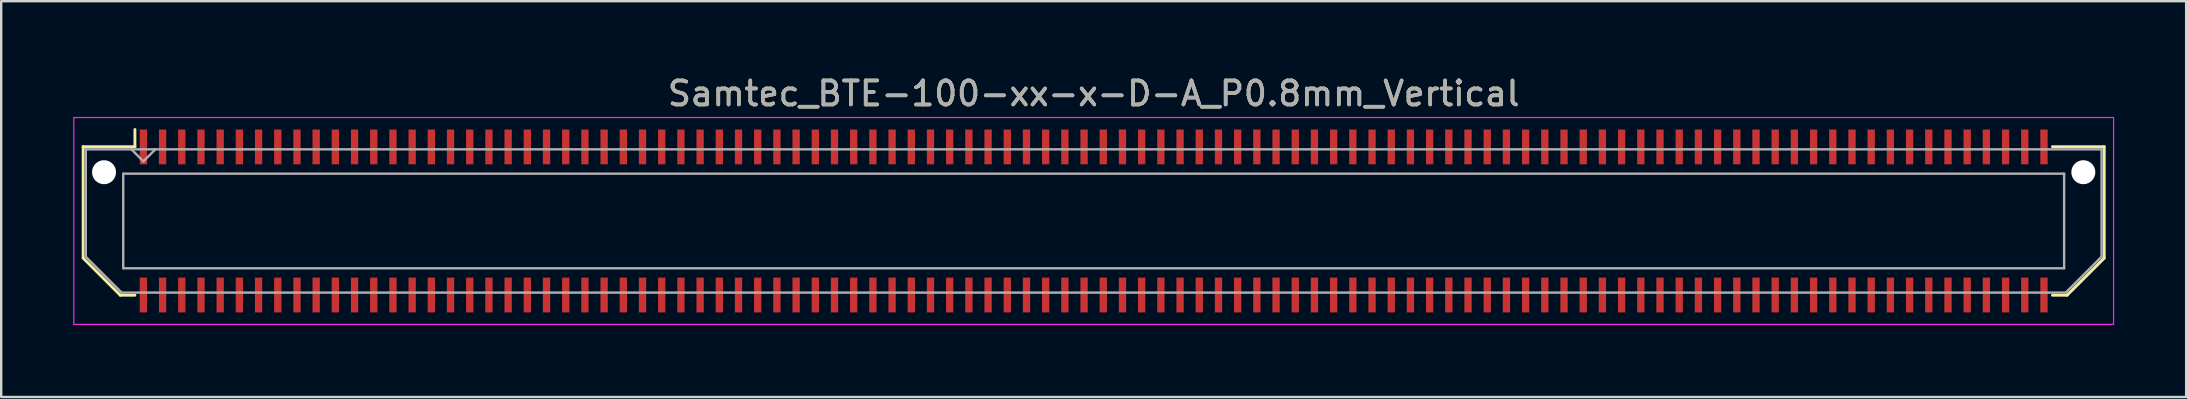
<source format=kicad_pcb>
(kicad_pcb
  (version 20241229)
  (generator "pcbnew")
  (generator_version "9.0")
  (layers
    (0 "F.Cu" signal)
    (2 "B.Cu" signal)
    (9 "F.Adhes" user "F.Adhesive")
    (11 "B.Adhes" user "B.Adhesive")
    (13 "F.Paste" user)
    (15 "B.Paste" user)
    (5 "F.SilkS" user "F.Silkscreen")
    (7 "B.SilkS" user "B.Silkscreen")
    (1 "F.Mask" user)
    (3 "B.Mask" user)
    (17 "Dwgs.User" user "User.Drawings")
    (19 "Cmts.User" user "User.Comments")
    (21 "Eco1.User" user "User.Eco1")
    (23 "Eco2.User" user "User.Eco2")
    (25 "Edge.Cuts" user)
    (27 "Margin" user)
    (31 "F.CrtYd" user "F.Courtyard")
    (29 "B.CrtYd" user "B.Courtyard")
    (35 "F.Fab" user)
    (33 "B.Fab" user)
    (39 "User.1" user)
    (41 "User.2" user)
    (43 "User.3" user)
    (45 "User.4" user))
  (footprint "Samtec_BTE-100-xx-x-D-A_P0.8mm_Vertical"
    (layer "F.Cu")
    (at 42.525 6.158)
    (property "Reference" "Samtec_BTE-100-xx-x-D-A_P0.8mm_Vertical" (at 0 -5.31 0) (layer "F.SilkS") (effects (font (size 1 1) (thickness 0.15))))
    (attr smd)
    (fp_line (start -42.11 -3.095) (end -42.11 1.548) (stroke (width 0.12) (type solid)) (layer "F.SilkS"))
    (fp_line (start -42.11 1.548) (end -40.562 3.095) (stroke (width 0.12) (type solid)) (layer "F.SilkS"))
    (fp_line (start -40.562 3.095) (end -39.953 3.095) (stroke (width 0.12) (type solid)) (layer "F.SilkS"))
    (fp_line (start -39.953 -3.811) (end -39.953 -3.095) (stroke (width 0.12) (type solid)) (layer "F.SilkS"))
    (fp_line (start -39.953 -3.095) (end -42.11 -3.095) (stroke (width 0.12) (type solid)) (layer "F.SilkS"))
    (fp_line (start 39.953 -3.095) (end 42.11 -3.095) (stroke (width 0.12) (type solid)) (layer "F.SilkS"))
    (fp_line (start 40.562 3.095) (end 39.953 3.095) (stroke (width 0.12) (type solid)) (layer "F.SilkS"))
    (fp_line (start 42.11 -3.095) (end 42.11 1.548) (stroke (width 0.12) (type solid)) (layer "F.SilkS"))
    (fp_line (start 42.11 1.548) (end 40.562 3.095) (stroke (width 0.12) (type solid)) (layer "F.SilkS"))
    (fp_line (start -42.5 -4.31) (end -42.5 4.31) (stroke (width 0.05) (type solid)) (layer "F.CrtYd"))
    (fp_line (start -42.5 4.31) (end 42.5 4.31) (stroke (width 0.05) (type solid)) (layer "F.CrtYd"))
    (fp_line (start 42.5 -4.31) (end -42.5 -4.31) (stroke (width 0.05) (type solid)) (layer "F.CrtYd"))
    (fp_line (start 42.5 4.31) (end 42.5 -4.31) (stroke (width 0.05) (type solid)) (layer "F.CrtYd"))
    (fp_line (start -42 -2.985) (end -42 1.492) (stroke (width 0.1) (type solid)) (layer "F.Fab"))
    (fp_line (start -42 -2.985) (end 42 -2.985) (stroke (width 0.1) (type solid)) (layer "F.Fab"))
    (fp_line (start -42 1.492) (end -40.508 2.985) (stroke (width 0.1) (type solid)) (layer "F.Fab"))
    (fp_line (start -40.508 2.985) (end 40.508 2.985) (stroke (width 0.1) (type solid)) (layer "F.Fab"))
    (fp_line (start -40.44 -1.97) (end -40.44 1.97) (stroke (width 0.1) (type solid)) (layer "F.Fab"))
    (fp_line (start -40.44 1.97) (end 40.44 1.97) (stroke (width 0.1) (type solid)) (layer "F.Fab"))
    (fp_line (start -39.6 -2.485) (end -40.1 -2.985) (stroke (width 0.1) (type solid)) (layer "F.Fab"))
    (fp_line (start -39.1 -2.985) (end -39.6 -2.485) (stroke (width 0.1) (type solid)) (layer "F.Fab"))
    (fp_line (start 40.44 -1.97) (end -40.44 -1.97) (stroke (width 0.1) (type solid)) (layer "F.Fab"))
    (fp_line (start 40.44 1.97) (end 40.44 -1.97) (stroke (width 0.1) (type solid)) (layer "F.Fab"))
    (fp_line (start 42 -2.985) (end 42 1.492) (stroke (width 0.1) (type solid)) (layer "F.Fab"))
    (fp_line (start 42 1.492) (end 40.508 2.985) (stroke (width 0.1) (type solid)) (layer "F.Fab"))
    (fp_text user "${REFERENCE}" (at 0 -5.31 0) (layer "F.Fab") (effects (font (size 1 1) (thickness 0.15))))
    (pad "" np_thru_hole circle (at -41.24 -2.032) (size 1 1) (drill 1) (layers "*.Cu" "*.Mask"))
    (pad "" np_thru_hole circle (at 41.24 -2.032) (size 1 1) (drill 1) (layers "*.Cu" "*.Mask"))
    (pad "1" smd rect (at -39.6 -3.086) (size 0.305 1.45) (layers "F.Cu" "F.Mask" "F.Paste"))
    (pad "2" smd rect (at -39.6 3.086) (size 0.305 1.45) (layers "F.Cu" "F.Mask" "F.Paste"))
    (pad "3" smd rect (at -38.8 -3.086) (size 0.305 1.45) (layers "F.Cu" "F.Mask" "F.Paste"))
    (pad "4" smd rect (at -38.8 3.086) (size 0.305 1.45) (layers "F.Cu" "F.Mask" "F.Paste"))
    (pad "5" smd rect (at -38 -3.086) (size 0.305 1.45) (layers "F.Cu" "F.Mask" "F.Paste"))
    (pad "6" smd rect (at -38 3.086) (size 0.305 1.45) (layers "F.Cu" "F.Mask" "F.Paste"))
    (pad "7" smd rect (at -37.2 -3.086) (size 0.305 1.45) (layers "F.Cu" "F.Mask" "F.Paste"))
    (pad "8" smd rect (at -37.2 3.086) (size 0.305 1.45) (layers "F.Cu" "F.Mask" "F.Paste"))
    (pad "9" smd rect (at -36.4 -3.086) (size 0.305 1.45) (layers "F.Cu" "F.Mask" "F.Paste"))
    (pad "10" smd rect (at -36.4 3.086) (size 0.305 1.45) (layers "F.Cu" "F.Mask" "F.Paste"))
    (pad "11" smd rect (at -35.6 -3.086) (size 0.305 1.45) (layers "F.Cu" "F.Mask" "F.Paste"))
    (pad "12" smd rect (at -35.6 3.086) (size 0.305 1.45) (layers "F.Cu" "F.Mask" "F.Paste"))
    (pad "13" smd rect (at -34.8 -3.086) (size 0.305 1.45) (layers "F.Cu" "F.Mask" "F.Paste"))
    (pad "14" smd rect (at -34.8 3.086) (size 0.305 1.45) (layers "F.Cu" "F.Mask" "F.Paste"))
    (pad "15" smd rect (at -34 -3.086) (size 0.305 1.45) (layers "F.Cu" "F.Mask" "F.Paste"))
    (pad "16" smd rect (at -34 3.086) (size 0.305 1.45) (layers "F.Cu" "F.Mask" "F.Paste"))
    (pad "17" smd rect (at -33.2 -3.086) (size 0.305 1.45) (layers "F.Cu" "F.Mask" "F.Paste"))
    (pad "18" smd rect (at -33.2 3.086) (size 0.305 1.45) (layers "F.Cu" "F.Mask" "F.Paste"))
    (pad "19" smd rect (at -32.4 -3.086) (size 0.305 1.45) (layers "F.Cu" "F.Mask" "F.Paste"))
    (pad "20" smd rect (at -32.4 3.086) (size 0.305 1.45) (layers "F.Cu" "F.Mask" "F.Paste"))
    (pad "21" smd rect (at -31.6 -3.086) (size 0.305 1.45) (layers "F.Cu" "F.Mask" "F.Paste"))
    (pad "22" smd rect (at -31.6 3.086) (size 0.305 1.45) (layers "F.Cu" "F.Mask" "F.Paste"))
    (pad "23" smd rect (at -30.8 -3.086) (size 0.305 1.45) (layers "F.Cu" "F.Mask" "F.Paste"))
    (pad "24" smd rect (at -30.8 3.086) (size 0.305 1.45) (layers "F.Cu" "F.Mask" "F.Paste"))
    (pad "25" smd rect (at -30 -3.086) (size 0.305 1.45) (layers "F.Cu" "F.Mask" "F.Paste"))
    (pad "26" smd rect (at -30 3.086) (size 0.305 1.45) (layers "F.Cu" "F.Mask" "F.Paste"))
    (pad "27" smd rect (at -29.2 -3.086) (size 0.305 1.45) (layers "F.Cu" "F.Mask" "F.Paste"))
    (pad "28" smd rect (at -29.2 3.086) (size 0.305 1.45) (layers "F.Cu" "F.Mask" "F.Paste"))
    (pad "29" smd rect (at -28.4 -3.086) (size 0.305 1.45) (layers "F.Cu" "F.Mask" "F.Paste"))
    (pad "30" smd rect (at -28.4 3.086) (size 0.305 1.45) (layers "F.Cu" "F.Mask" "F.Paste"))
    (pad "31" smd rect (at -27.6 -3.086) (size 0.305 1.45) (layers "F.Cu" "F.Mask" "F.Paste"))
    (pad "32" smd rect (at -27.6 3.086) (size 0.305 1.45) (layers "F.Cu" "F.Mask" "F.Paste"))
    (pad "33" smd rect (at -26.8 -3.086) (size 0.305 1.45) (layers "F.Cu" "F.Mask" "F.Paste"))
    (pad "34" smd rect (at -26.8 3.086) (size 0.305 1.45) (layers "F.Cu" "F.Mask" "F.Paste"))
    (pad "35" smd rect (at -26 -3.086) (size 0.305 1.45) (layers "F.Cu" "F.Mask" "F.Paste"))
    (pad "36" smd rect (at -26 3.086) (size 0.305 1.45) (layers "F.Cu" "F.Mask" "F.Paste"))
    (pad "37" smd rect (at -25.2 -3.086) (size 0.305 1.45) (layers "F.Cu" "F.Mask" "F.Paste"))
    (pad "38" smd rect (at -25.2 3.086) (size 0.305 1.45) (layers "F.Cu" "F.Mask" "F.Paste"))
    (pad "39" smd rect (at -24.4 -3.086) (size 0.305 1.45) (layers "F.Cu" "F.Mask" "F.Paste"))
    (pad "40" smd rect (at -24.4 3.086) (size 0.305 1.45) (layers "F.Cu" "F.Mask" "F.Paste"))
    (pad "41" smd rect (at -23.6 -3.086) (size 0.305 1.45) (layers "F.Cu" "F.Mask" "F.Paste"))
    (pad "42" smd rect (at -23.6 3.086) (size 0.305 1.45) (layers "F.Cu" "F.Mask" "F.Paste"))
    (pad "43" smd rect (at -22.8 -3.086) (size 0.305 1.45) (layers "F.Cu" "F.Mask" "F.Paste"))
    (pad "44" smd rect (at -22.8 3.086) (size 0.305 1.45) (layers "F.Cu" "F.Mask" "F.Paste"))
    (pad "45" smd rect (at -22 -3.086) (size 0.305 1.45) (layers "F.Cu" "F.Mask" "F.Paste"))
    (pad "46" smd rect (at -22 3.086) (size 0.305 1.45) (layers "F.Cu" "F.Mask" "F.Paste"))
    (pad "47" smd rect (at -21.2 -3.086) (size 0.305 1.45) (layers "F.Cu" "F.Mask" "F.Paste"))
    (pad "48" smd rect (at -21.2 3.086) (size 0.305 1.45) (layers "F.Cu" "F.Mask" "F.Paste"))
    (pad "49" smd rect (at -20.4 -3.086) (size 0.305 1.45) (layers "F.Cu" "F.Mask" "F.Paste"))
    (pad "50" smd rect (at -20.4 3.086) (size 0.305 1.45) (layers "F.Cu" "F.Mask" "F.Paste"))
    (pad "51" smd rect (at -19.6 -3.086) (size 0.305 1.45) (layers "F.Cu" "F.Mask" "F.Paste"))
    (pad "52" smd rect (at -19.6 3.086) (size 0.305 1.45) (layers "F.Cu" "F.Mask" "F.Paste"))
    (pad "53" smd rect (at -18.8 -3.086) (size 0.305 1.45) (layers "F.Cu" "F.Mask" "F.Paste"))
    (pad "54" smd rect (at -18.8 3.086) (size 0.305 1.45) (layers "F.Cu" "F.Mask" "F.Paste"))
    (pad "55" smd rect (at -18 -3.086) (size 0.305 1.45) (layers "F.Cu" "F.Mask" "F.Paste"))
    (pad "56" smd rect (at -18 3.086) (size 0.305 1.45) (layers "F.Cu" "F.Mask" "F.Paste"))
    (pad "57" smd rect (at -17.2 -3.086) (size 0.305 1.45) (layers "F.Cu" "F.Mask" "F.Paste"))
    (pad "58" smd rect (at -17.2 3.086) (size 0.305 1.45) (layers "F.Cu" "F.Mask" "F.Paste"))
    (pad "59" smd rect (at -16.4 -3.086) (size 0.305 1.45) (layers "F.Cu" "F.Mask" "F.Paste"))
    (pad "60" smd rect (at -16.4 3.086) (size 0.305 1.45) (layers "F.Cu" "F.Mask" "F.Paste"))
    (pad "61" smd rect (at -15.6 -3.086) (size 0.305 1.45) (layers "F.Cu" "F.Mask" "F.Paste"))
    (pad "62" smd rect (at -15.6 3.086) (size 0.305 1.45) (layers "F.Cu" "F.Mask" "F.Paste"))
    (pad "63" smd rect (at -14.8 -3.086) (size 0.305 1.45) (layers "F.Cu" "F.Mask" "F.Paste"))
    (pad "64" smd rect (at -14.8 3.086) (size 0.305 1.45) (layers "F.Cu" "F.Mask" "F.Paste"))
    (pad "65" smd rect (at -14 -3.086) (size 0.305 1.45) (layers "F.Cu" "F.Mask" "F.Paste"))
    (pad "66" smd rect (at -14 3.086) (size 0.305 1.45) (layers "F.Cu" "F.Mask" "F.Paste"))
    (pad "67" smd rect (at -13.2 -3.086) (size 0.305 1.45) (layers "F.Cu" "F.Mask" "F.Paste"))
    (pad "68" smd rect (at -13.2 3.086) (size 0.305 1.45) (layers "F.Cu" "F.Mask" "F.Paste"))
    (pad "69" smd rect (at -12.4 -3.086) (size 0.305 1.45) (layers "F.Cu" "F.Mask" "F.Paste"))
    (pad "70" smd rect (at -12.4 3.086) (size 0.305 1.45) (layers "F.Cu" "F.Mask" "F.Paste"))
    (pad "71" smd rect (at -11.6 -3.086) (size 0.305 1.45) (layers "F.Cu" "F.Mask" "F.Paste"))
    (pad "72" smd rect (at -11.6 3.086) (size 0.305 1.45) (layers "F.Cu" "F.Mask" "F.Paste"))
    (pad "73" smd rect (at -10.8 -3.086) (size 0.305 1.45) (layers "F.Cu" "F.Mask" "F.Paste"))
    (pad "74" smd rect (at -10.8 3.086) (size 0.305 1.45) (layers "F.Cu" "F.Mask" "F.Paste"))
    (pad "75" smd rect (at -10 -3.086) (size 0.305 1.45) (layers "F.Cu" "F.Mask" "F.Paste"))
    (pad "76" smd rect (at -10 3.086) (size 0.305 1.45) (layers "F.Cu" "F.Mask" "F.Paste"))
    (pad "77" smd rect (at -9.2 -3.086) (size 0.305 1.45) (layers "F.Cu" "F.Mask" "F.Paste"))
    (pad "78" smd rect (at -9.2 3.086) (size 0.305 1.45) (layers "F.Cu" "F.Mask" "F.Paste"))
    (pad "79" smd rect (at -8.4 -3.086) (size 0.305 1.45) (layers "F.Cu" "F.Mask" "F.Paste"))
    (pad "80" smd rect (at -8.4 3.086) (size 0.305 1.45) (layers "F.Cu" "F.Mask" "F.Paste"))
    (pad "81" smd rect (at -7.6 -3.086) (size 0.305 1.45) (layers "F.Cu" "F.Mask" "F.Paste"))
    (pad "82" smd rect (at -7.6 3.086) (size 0.305 1.45) (layers "F.Cu" "F.Mask" "F.Paste"))
    (pad "83" smd rect (at -6.8 -3.086) (size 0.305 1.45) (layers "F.Cu" "F.Mask" "F.Paste"))
    (pad "84" smd rect (at -6.8 3.086) (size 0.305 1.45) (layers "F.Cu" "F.Mask" "F.Paste"))
    (pad "85" smd rect (at -6 -3.086) (size 0.305 1.45) (layers "F.Cu" "F.Mask" "F.Paste"))
    (pad "86" smd rect (at -6 3.086) (size 0.305 1.45) (layers "F.Cu" "F.Mask" "F.Paste"))
    (pad "87" smd rect (at -5.2 -3.086) (size 0.305 1.45) (layers "F.Cu" "F.Mask" "F.Paste"))
    (pad "88" smd rect (at -5.2 3.086) (size 0.305 1.45) (layers "F.Cu" "F.Mask" "F.Paste"))
    (pad "89" smd rect (at -4.4 -3.086) (size 0.305 1.45) (layers "F.Cu" "F.Mask" "F.Paste"))
    (pad "90" smd rect (at -4.4 3.086) (size 0.305 1.45) (layers "F.Cu" "F.Mask" "F.Paste"))
    (pad "91" smd rect (at -3.6 -3.086) (size 0.305 1.45) (layers "F.Cu" "F.Mask" "F.Paste"))
    (pad "92" smd rect (at -3.6 3.086) (size 0.305 1.45) (layers "F.Cu" "F.Mask" "F.Paste"))
    (pad "93" smd rect (at -2.8 -3.086) (size 0.305 1.45) (layers "F.Cu" "F.Mask" "F.Paste"))
    (pad "94" smd rect (at -2.8 3.086) (size 0.305 1.45) (layers "F.Cu" "F.Mask" "F.Paste"))
    (pad "95" smd rect (at -2 -3.086) (size 0.305 1.45) (layers "F.Cu" "F.Mask" "F.Paste"))
    (pad "96" smd rect (at -2 3.086) (size 0.305 1.45) (layers "F.Cu" "F.Mask" "F.Paste"))
    (pad "97" smd rect (at -1.2 -3.086) (size 0.305 1.45) (layers "F.Cu" "F.Mask" "F.Paste"))
    (pad "98" smd rect (at -1.2 3.086) (size 0.305 1.45) (layers "F.Cu" "F.Mask" "F.Paste"))
    (pad "99" smd rect (at -0.4 -3.086) (size 0.305 1.45) (layers "F.Cu" "F.Mask" "F.Paste"))
    (pad "100" smd rect (at -0.4 3.086) (size 0.305 1.45) (layers "F.Cu" "F.Mask" "F.Paste"))
    (pad "101" smd rect (at 0.4 -3.086) (size 0.305 1.45) (layers "F.Cu" "F.Mask" "F.Paste"))
    (pad "102" smd rect (at 0.4 3.086) (size 0.305 1.45) (layers "F.Cu" "F.Mask" "F.Paste"))
    (pad "103" smd rect (at 1.2 -3.086) (size 0.305 1.45) (layers "F.Cu" "F.Mask" "F.Paste"))
    (pad "104" smd rect (at 1.2 3.086) (size 0.305 1.45) (layers "F.Cu" "F.Mask" "F.Paste"))
    (pad "105" smd rect (at 2 -3.086) (size 0.305 1.45) (layers "F.Cu" "F.Mask" "F.Paste"))
    (pad "106" smd rect (at 2 3.086) (size 0.305 1.45) (layers "F.Cu" "F.Mask" "F.Paste"))
    (pad "107" smd rect (at 2.8 -3.086) (size 0.305 1.45) (layers "F.Cu" "F.Mask" "F.Paste"))
    (pad "108" smd rect (at 2.8 3.086) (size 0.305 1.45) (layers "F.Cu" "F.Mask" "F.Paste"))
    (pad "109" smd rect (at 3.6 -3.086) (size 0.305 1.45) (layers "F.Cu" "F.Mask" "F.Paste"))
    (pad "110" smd rect (at 3.6 3.086) (size 0.305 1.45) (layers "F.Cu" "F.Mask" "F.Paste"))
    (pad "111" smd rect (at 4.4 -3.086) (size 0.305 1.45) (layers "F.Cu" "F.Mask" "F.Paste"))
    (pad "112" smd rect (at 4.4 3.086) (size 0.305 1.45) (layers "F.Cu" "F.Mask" "F.Paste"))
    (pad "113" smd rect (at 5.2 -3.086) (size 0.305 1.45) (layers "F.Cu" "F.Mask" "F.Paste"))
    (pad "114" smd rect (at 5.2 3.086) (size 0.305 1.45) (layers "F.Cu" "F.Mask" "F.Paste"))
    (pad "115" smd rect (at 6 -3.086) (size 0.305 1.45) (layers "F.Cu" "F.Mask" "F.Paste"))
    (pad "116" smd rect (at 6 3.086) (size 0.305 1.45) (layers "F.Cu" "F.Mask" "F.Paste"))
    (pad "117" smd rect (at 6.8 -3.086) (size 0.305 1.45) (layers "F.Cu" "F.Mask" "F.Paste"))
    (pad "118" smd rect (at 6.8 3.086) (size 0.305 1.45) (layers "F.Cu" "F.Mask" "F.Paste"))
    (pad "119" smd rect (at 7.6 -3.086) (size 0.305 1.45) (layers "F.Cu" "F.Mask" "F.Paste"))
    (pad "120" smd rect (at 7.6 3.086) (size 0.305 1.45) (layers "F.Cu" "F.Mask" "F.Paste"))
    (pad "121" smd rect (at 8.4 -3.086) (size 0.305 1.45) (layers "F.Cu" "F.Mask" "F.Paste"))
    (pad "122" smd rect (at 8.4 3.086) (size 0.305 1.45) (layers "F.Cu" "F.Mask" "F.Paste"))
    (pad "123" smd rect (at 9.2 -3.086) (size 0.305 1.45) (layers "F.Cu" "F.Mask" "F.Paste"))
    (pad "124" smd rect (at 9.2 3.086) (size 0.305 1.45) (layers "F.Cu" "F.Mask" "F.Paste"))
    (pad "125" smd rect (at 10 -3.086) (size 0.305 1.45) (layers "F.Cu" "F.Mask" "F.Paste"))
    (pad "126" smd rect (at 10 3.086) (size 0.305 1.45) (layers "F.Cu" "F.Mask" "F.Paste"))
    (pad "127" smd rect (at 10.8 -3.086) (size 0.305 1.45) (layers "F.Cu" "F.Mask" "F.Paste"))
    (pad "128" smd rect (at 10.8 3.086) (size 0.305 1.45) (layers "F.Cu" "F.Mask" "F.Paste"))
    (pad "129" smd rect (at 11.6 -3.086) (size 0.305 1.45) (layers "F.Cu" "F.Mask" "F.Paste"))
    (pad "130" smd rect (at 11.6 3.086) (size 0.305 1.45) (layers "F.Cu" "F.Mask" "F.Paste"))
    (pad "131" smd rect (at 12.4 -3.086) (size 0.305 1.45) (layers "F.Cu" "F.Mask" "F.Paste"))
    (pad "132" smd rect (at 12.4 3.086) (size 0.305 1.45) (layers "F.Cu" "F.Mask" "F.Paste"))
    (pad "133" smd rect (at 13.2 -3.086) (size 0.305 1.45) (layers "F.Cu" "F.Mask" "F.Paste"))
    (pad "134" smd rect (at 13.2 3.086) (size 0.305 1.45) (layers "F.Cu" "F.Mask" "F.Paste"))
    (pad "135" smd rect (at 14 -3.086) (size 0.305 1.45) (layers "F.Cu" "F.Mask" "F.Paste"))
    (pad "136" smd rect (at 14 3.086) (size 0.305 1.45) (layers "F.Cu" "F.Mask" "F.Paste"))
    (pad "137" smd rect (at 14.8 -3.086) (size 0.305 1.45) (layers "F.Cu" "F.Mask" "F.Paste"))
    (pad "138" smd rect (at 14.8 3.086) (size 0.305 1.45) (layers "F.Cu" "F.Mask" "F.Paste"))
    (pad "139" smd rect (at 15.6 -3.086) (size 0.305 1.45) (layers "F.Cu" "F.Mask" "F.Paste"))
    (pad "140" smd rect (at 15.6 3.086) (size 0.305 1.45) (layers "F.Cu" "F.Mask" "F.Paste"))
    (pad "141" smd rect (at 16.4 -3.086) (size 0.305 1.45) (layers "F.Cu" "F.Mask" "F.Paste"))
    (pad "142" smd rect (at 16.4 3.086) (size 0.305 1.45) (layers "F.Cu" "F.Mask" "F.Paste"))
    (pad "143" smd rect (at 17.2 -3.086) (size 0.305 1.45) (layers "F.Cu" "F.Mask" "F.Paste"))
    (pad "144" smd rect (at 17.2 3.086) (size 0.305 1.45) (layers "F.Cu" "F.Mask" "F.Paste"))
    (pad "145" smd rect (at 18 -3.086) (size 0.305 1.45) (layers "F.Cu" "F.Mask" "F.Paste"))
    (pad "146" smd rect (at 18 3.086) (size 0.305 1.45) (layers "F.Cu" "F.Mask" "F.Paste"))
    (pad "147" smd rect (at 18.8 -3.086) (size 0.305 1.45) (layers "F.Cu" "F.Mask" "F.Paste"))
    (pad "148" smd rect (at 18.8 3.086) (size 0.305 1.45) (layers "F.Cu" "F.Mask" "F.Paste"))
    (pad "149" smd rect (at 19.6 -3.086) (size 0.305 1.45) (layers "F.Cu" "F.Mask" "F.Paste"))
    (pad "150" smd rect (at 19.6 3.086) (size 0.305 1.45) (layers "F.Cu" "F.Mask" "F.Paste"))
    (pad "151" smd rect (at 20.4 -3.086) (size 0.305 1.45) (layers "F.Cu" "F.Mask" "F.Paste"))
    (pad "152" smd rect (at 20.4 3.086) (size 0.305 1.45) (layers "F.Cu" "F.Mask" "F.Paste"))
    (pad "153" smd rect (at 21.2 -3.086) (size 0.305 1.45) (layers "F.Cu" "F.Mask" "F.Paste"))
    (pad "154" smd rect (at 21.2 3.086) (size 0.305 1.45) (layers "F.Cu" "F.Mask" "F.Paste"))
    (pad "155" smd rect (at 22 -3.086) (size 0.305 1.45) (layers "F.Cu" "F.Mask" "F.Paste"))
    (pad "156" smd rect (at 22 3.086) (size 0.305 1.45) (layers "F.Cu" "F.Mask" "F.Paste"))
    (pad "157" smd rect (at 22.8 -3.086) (size 0.305 1.45) (layers "F.Cu" "F.Mask" "F.Paste"))
    (pad "158" smd rect (at 22.8 3.086) (size 0.305 1.45) (layers "F.Cu" "F.Mask" "F.Paste"))
    (pad "159" smd rect (at 23.6 -3.086) (size 0.305 1.45) (layers "F.Cu" "F.Mask" "F.Paste"))
    (pad "160" smd rect (at 23.6 3.086) (size 0.305 1.45) (layers "F.Cu" "F.Mask" "F.Paste"))
    (pad "161" smd rect (at 24.4 -3.086) (size 0.305 1.45) (layers "F.Cu" "F.Mask" "F.Paste"))
    (pad "162" smd rect (at 24.4 3.086) (size 0.305 1.45) (layers "F.Cu" "F.Mask" "F.Paste"))
    (pad "163" smd rect (at 25.2 -3.086) (size 0.305 1.45) (layers "F.Cu" "F.Mask" "F.Paste"))
    (pad "164" smd rect (at 25.2 3.086) (size 0.305 1.45) (layers "F.Cu" "F.Mask" "F.Paste"))
    (pad "165" smd rect (at 26 -3.086) (size 0.305 1.45) (layers "F.Cu" "F.Mask" "F.Paste"))
    (pad "166" smd rect (at 26 3.086) (size 0.305 1.45) (layers "F.Cu" "F.Mask" "F.Paste"))
    (pad "167" smd rect (at 26.8 -3.086) (size 0.305 1.45) (layers "F.Cu" "F.Mask" "F.Paste"))
    (pad "168" smd rect (at 26.8 3.086) (size 0.305 1.45) (layers "F.Cu" "F.Mask" "F.Paste"))
    (pad "169" smd rect (at 27.6 -3.086) (size 0.305 1.45) (layers "F.Cu" "F.Mask" "F.Paste"))
    (pad "170" smd rect (at 27.6 3.086) (size 0.305 1.45) (layers "F.Cu" "F.Mask" "F.Paste"))
    (pad "171" smd rect (at 28.4 -3.086) (size 0.305 1.45) (layers "F.Cu" "F.Mask" "F.Paste"))
    (pad "172" smd rect (at 28.4 3.086) (size 0.305 1.45) (layers "F.Cu" "F.Mask" "F.Paste"))
    (pad "173" smd rect (at 29.2 -3.086) (size 0.305 1.45) (layers "F.Cu" "F.Mask" "F.Paste"))
    (pad "174" smd rect (at 29.2 3.086) (size 0.305 1.45) (layers "F.Cu" "F.Mask" "F.Paste"))
    (pad "175" smd rect (at 30 -3.086) (size 0.305 1.45) (layers "F.Cu" "F.Mask" "F.Paste"))
    (pad "176" smd rect (at 30 3.086) (size 0.305 1.45) (layers "F.Cu" "F.Mask" "F.Paste"))
    (pad "177" smd rect (at 30.8 -3.086) (size 0.305 1.45) (layers "F.Cu" "F.Mask" "F.Paste"))
    (pad "178" smd rect (at 30.8 3.086) (size 0.305 1.45) (layers "F.Cu" "F.Mask" "F.Paste"))
    (pad "179" smd rect (at 31.6 -3.086) (size 0.305 1.45) (layers "F.Cu" "F.Mask" "F.Paste"))
    (pad "180" smd rect (at 31.6 3.086) (size 0.305 1.45) (layers "F.Cu" "F.Mask" "F.Paste"))
    (pad "181" smd rect (at 32.4 -3.086) (size 0.305 1.45) (layers "F.Cu" "F.Mask" "F.Paste"))
    (pad "182" smd rect (at 32.4 3.086) (size 0.305 1.45) (layers "F.Cu" "F.Mask" "F.Paste"))
    (pad "183" smd rect (at 33.2 -3.086) (size 0.305 1.45) (layers "F.Cu" "F.Mask" "F.Paste"))
    (pad "184" smd rect (at 33.2 3.086) (size 0.305 1.45) (layers "F.Cu" "F.Mask" "F.Paste"))
    (pad "185" smd rect (at 34 -3.086) (size 0.305 1.45) (layers "F.Cu" "F.Mask" "F.Paste"))
    (pad "186" smd rect (at 34 3.086) (size 0.305 1.45) (layers "F.Cu" "F.Mask" "F.Paste"))
    (pad "187" smd rect (at 34.8 -3.086) (size 0.305 1.45) (layers "F.Cu" "F.Mask" "F.Paste"))
    (pad "188" smd rect (at 34.8 3.086) (size 0.305 1.45) (layers "F.Cu" "F.Mask" "F.Paste"))
    (pad "189" smd rect (at 35.6 -3.086) (size 0.305 1.45) (layers "F.Cu" "F.Mask" "F.Paste"))
    (pad "190" smd rect (at 35.6 3.086) (size 0.305 1.45) (layers "F.Cu" "F.Mask" "F.Paste"))
    (pad "191" smd rect (at 36.4 -3.086) (size 0.305 1.45) (layers "F.Cu" "F.Mask" "F.Paste"))
    (pad "192" smd rect (at 36.4 3.086) (size 0.305 1.45) (layers "F.Cu" "F.Mask" "F.Paste"))
    (pad "193" smd rect (at 37.2 -3.086) (size 0.305 1.45) (layers "F.Cu" "F.Mask" "F.Paste"))
    (pad "194" smd rect (at 37.2 3.086) (size 0.305 1.45) (layers "F.Cu" "F.Mask" "F.Paste"))
    (pad "195" smd rect (at 38 -3.086) (size 0.305 1.45) (layers "F.Cu" "F.Mask" "F.Paste"))
    (pad "196" smd rect (at 38 3.086) (size 0.305 1.45) (layers "F.Cu" "F.Mask" "F.Paste"))
    (pad "197" smd rect (at 38.8 -3.086) (size 0.305 1.45) (layers "F.Cu" "F.Mask" "F.Paste"))
    (pad "198" smd rect (at 38.8 3.086) (size 0.305 1.45) (layers "F.Cu" "F.Mask" "F.Paste"))
    (pad "199" smd rect (at 39.6 -3.086) (size 0.305 1.45) (layers "F.Cu" "F.Mask" "F.Paste"))
    (pad "200" smd rect (at 39.6 3.086) (size 0.305 1.45) (layers "F.Cu" "F.Mask" "F.Paste")))
  (gr_rect
    (start -3 -3)
    (end 88.05 13.493)
    (stroke (width 0.1) (type default))
    (fill no)
    (layer "Edge.Cuts")))
</source>
